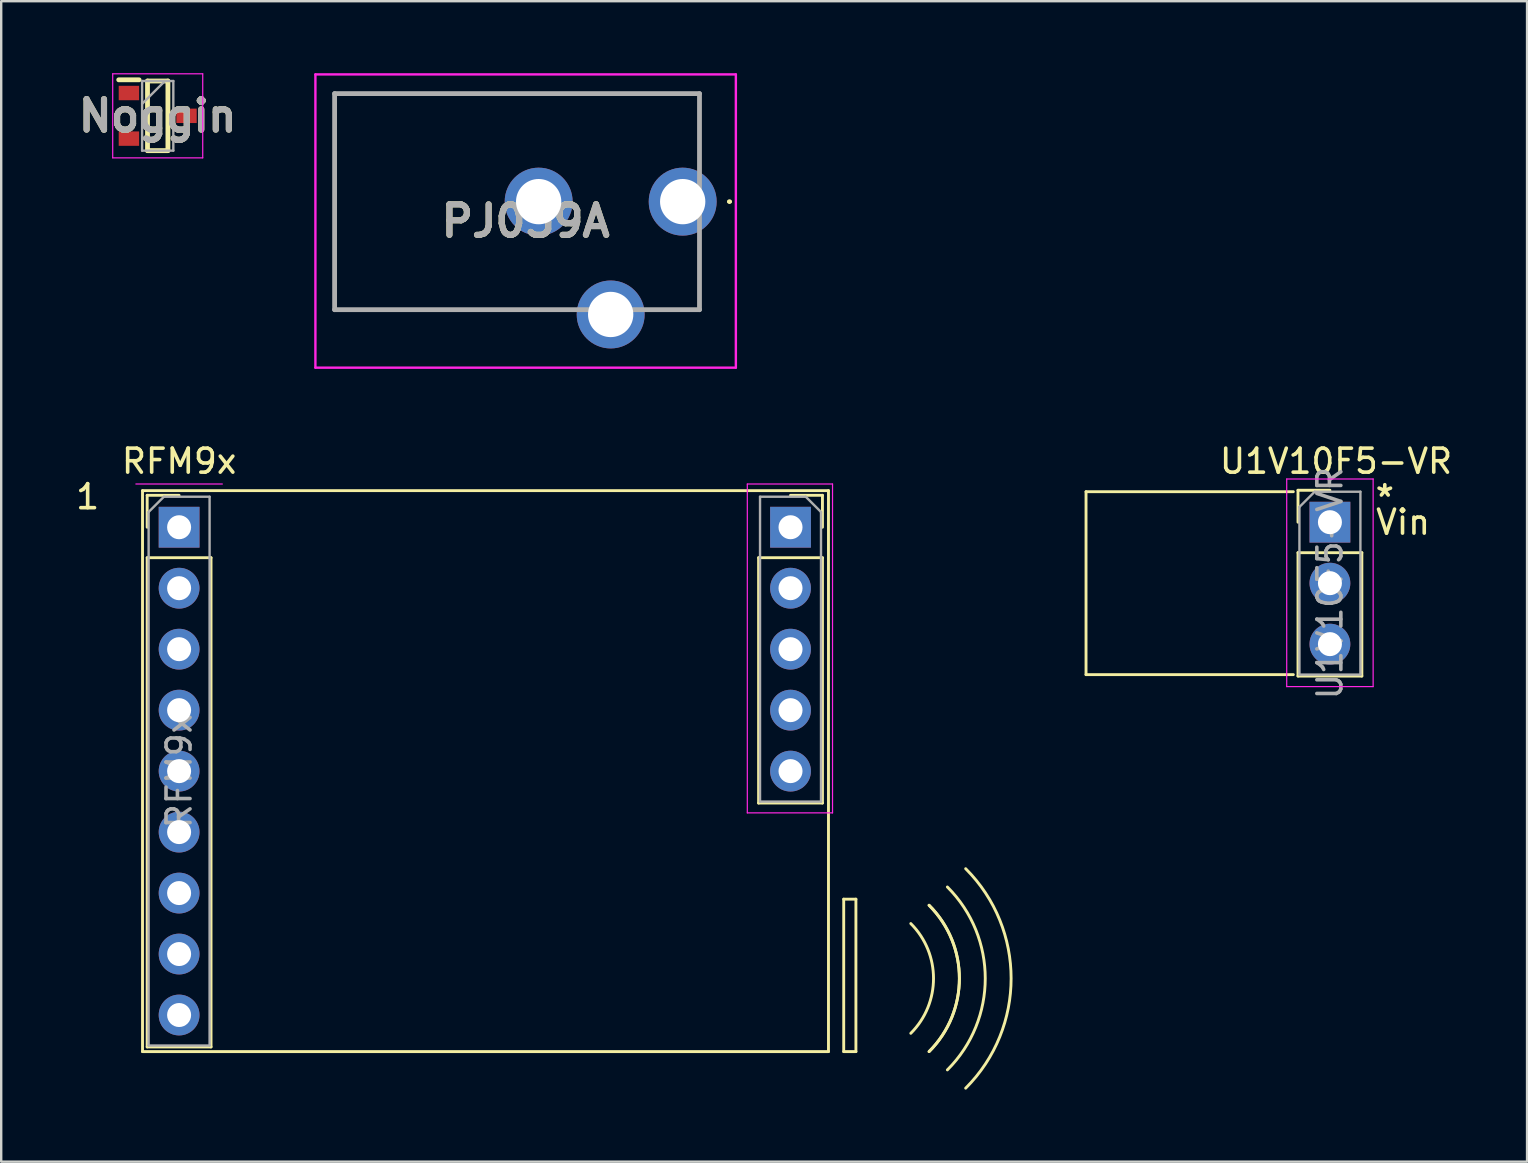
<source format=kicad_pcb>
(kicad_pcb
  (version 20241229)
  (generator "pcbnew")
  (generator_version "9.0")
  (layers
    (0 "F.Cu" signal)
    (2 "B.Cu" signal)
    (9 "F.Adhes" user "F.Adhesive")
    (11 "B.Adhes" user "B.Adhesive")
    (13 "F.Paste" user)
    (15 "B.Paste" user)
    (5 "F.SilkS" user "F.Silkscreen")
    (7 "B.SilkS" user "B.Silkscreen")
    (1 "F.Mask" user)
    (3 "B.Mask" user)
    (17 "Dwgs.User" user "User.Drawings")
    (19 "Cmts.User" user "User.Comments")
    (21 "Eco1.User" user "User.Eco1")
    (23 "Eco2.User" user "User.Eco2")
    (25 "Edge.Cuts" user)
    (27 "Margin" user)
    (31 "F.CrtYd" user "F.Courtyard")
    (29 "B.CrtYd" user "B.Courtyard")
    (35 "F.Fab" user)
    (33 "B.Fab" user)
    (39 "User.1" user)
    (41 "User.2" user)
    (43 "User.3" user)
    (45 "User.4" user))
  (footprint "RFM9x"
    (layer "F.Cu")
    (at 4.411 18.913)
    (property "Reference" "RFM9x" (at 0 -2.75 0) (layer "F.SilkS") (effects (font (size 1 1) (thickness 0.15))))
    (attr through_hole)
    (fp_line (start -1.524 -1.524) (end -1.524 21.844) (stroke (width 0.12) (type solid)) (layer "F.SilkS"))
    (fp_line (start -1.524 -1.524) (end 27.051 -1.524) (stroke (width 0.12) (type solid)) (layer "F.SilkS"))
    (fp_line (start -1.33 -1.33) (end 0 -1.33) (stroke (width 0.12) (type solid)) (layer "F.SilkS"))
    (fp_line (start -1.33 0) (end -1.33 -1.33) (stroke (width 0.12) (type solid)) (layer "F.SilkS"))
    (fp_line (start -1.33 1.27) (end -1.33 21.65) (stroke (width 0.12) (type solid)) (layer "F.SilkS"))
    (fp_line (start -1.33 1.27) (end 1.33 1.27) (stroke (width 0.12) (type solid)) (layer "F.SilkS"))
    (fp_line (start -1.33 21.65) (end 1.33 21.65) (stroke (width 0.12) (type solid)) (layer "F.SilkS"))
    (fp_line (start 1.33 1.27) (end 1.33 21.65) (stroke (width 0.12) (type solid)) (layer "F.SilkS"))
    (fp_line (start 24.14 1.27) (end 24.14 11.49) (stroke (width 0.12) (type solid)) (layer "F.SilkS"))
    (fp_line (start 24.14 1.27) (end 26.8 1.27) (stroke (width 0.12) (type solid)) (layer "F.SilkS"))
    (fp_line (start 24.14 11.49) (end 26.8 11.49) (stroke (width 0.12) (type solid)) (layer "F.SilkS"))
    (fp_line (start 25.47 -1.33) (end 26.8 -1.33) (stroke (width 0.12) (type solid)) (layer "F.SilkS"))
    (fp_line (start 26.8 -1.33) (end 26.8 0) (stroke (width 0.12) (type solid)) (layer "F.SilkS"))
    (fp_line (start 26.8 1.27) (end 26.8 11.49) (stroke (width 0.12) (type solid)) (layer "F.SilkS"))
    (fp_line (start 27.051 -1.524) (end 27.051 21.844) (stroke (width 0.12) (type solid)) (layer "F.SilkS"))
    (fp_line (start 27.051 21.844) (end -1.524 21.844) (stroke (width 0.12) (type solid)) (layer "F.SilkS"))
    (fp_line (start 27.686 21.844) (end 27.686 15.494) (stroke (width 0.12) (type solid)) (layer "F.SilkS"))
    (fp_line (start 27.686 21.844) (end 28.194 21.844) (stroke (width 0.12) (type solid)) (layer "F.SilkS"))
    (fp_line (start 28.194 15.494) (end 27.686 15.494) (stroke (width 0.12) (type solid)) (layer "F.SilkS"))
    (fp_line (start 28.194 21.844) (end 28.194 15.494) (stroke (width 0.12) (type solid)) (layer "F.SilkS"))
    (fp_arc (start 30.479999 16.510001) (mid 31.426891 18.796) (end 30.479999 21.081999) (stroke (width 0.12) (type solid)) (layer "F.SilkS"))
    (fp_arc (start 31.241999 15.748001) (mid 32.504522 18.796) (end 31.241999 21.843999) (stroke (width 0.12) (type solid)) (layer "F.SilkS"))
    (fp_arc (start 31.241999 15.748001) (mid 32.504522 18.796) (end 31.241999 21.843999) (stroke (width 0.12) (type solid)) (layer "F.SilkS"))
    (fp_arc (start 32.003999 14.986001) (mid 33.582152 18.796) (end 32.003999 22.605999) (stroke (width 0.12) (type solid)) (layer "F.SilkS"))
    (fp_arc (start 32.765999 14.224001) (mid 34.659783 18.796) (end 32.765999 23.367999) (stroke (width 0.12) (type solid)) (layer "F.SilkS"))
    (fp_line (start 1.8 -1.8) (end -1.8 -1.8) (stroke (width 0.05) (type solid)) (layer "F.CrtYd"))
    (fp_line (start 23.67 -1.8) (end 27.22 -1.8) (stroke (width 0.05) (type solid)) (layer "F.CrtYd"))
    (fp_line (start 23.67 11.9) (end 23.67 -1.8) (stroke (width 0.05) (type solid)) (layer "F.CrtYd"))
    (fp_line (start 27.22 -1.8) (end 27.22 11.9) (stroke (width 0.05) (type solid)) (layer "F.CrtYd"))
    (fp_line (start 27.22 11.9) (end 23.67 11.9) (stroke (width 0.05) (type solid)) (layer "F.CrtYd"))
    (fp_line (start -1.27 -0.635) (end -0.635 -1.27) (stroke (width 0.1) (type solid)) (layer "F.Fab"))
    (fp_line (start -1.27 21.59) (end -1.27 -0.635) (stroke (width 0.1) (type solid)) (layer "F.Fab"))
    (fp_line (start -0.635 -1.27) (end 1.27 -1.27) (stroke (width 0.1) (type solid)) (layer "F.Fab"))
    (fp_line (start 1.27 -1.27) (end 1.27 21.59) (stroke (width 0.1) (type solid)) (layer "F.Fab"))
    (fp_line (start 1.27 21.59) (end -1.27 21.59) (stroke (width 0.1) (type solid)) (layer "F.Fab"))
    (fp_line (start 24.2 -1.27) (end 26.105 -1.27) (stroke (width 0.1) (type solid)) (layer "F.Fab"))
    (fp_line (start 24.2 11.43) (end 24.2 -1.27) (stroke (width 0.1) (type solid)) (layer "F.Fab"))
    (fp_line (start 26.105 -1.27) (end 26.74 -0.635) (stroke (width 0.1) (type solid)) (layer "F.Fab"))
    (fp_line (start 26.74 -0.635) (end 26.74 11.43) (stroke (width 0.1) (type solid)) (layer "F.Fab"))
    (fp_line (start 26.74 11.43) (end 24.2 11.43) (stroke (width 0.1) (type solid)) (layer "F.Fab"))
    (fp_text user "1" (at -3.81 -1.27 0) (layer "F.SilkS") (effects (font (size 1 1) (thickness 0.15))))
    (fp_text user "${REFERENCE}" (at 0 10.16 90) (layer "F.Fab") (effects (font (size 1 1) (thickness 0.15))))
    (pad "1" thru_hole rect (at 0 0) (size 1.7 1.7) (drill 1) (layers "*.Cu" "*.Mask"))
    (pad "2" thru_hole oval (at 0 2.54) (size 1.7 1.7) (drill 1) (layers "*.Cu" "*.Mask"))
    (pad "3" thru_hole oval (at 0 5.08) (size 1.7 1.7) (drill 1) (layers "*.Cu" "*.Mask"))
    (pad "4" thru_hole oval (at 0 7.62) (size 1.7 1.7) (drill 1) (layers "*.Cu" "*.Mask"))
    (pad "5" thru_hole oval (at 0 10.16) (size 1.7 1.7) (drill 1) (layers "*.Cu" "*.Mask"))
    (pad "6" thru_hole oval (at 0 12.7) (size 1.7 1.7) (drill 1) (layers "*.Cu" "*.Mask"))
    (pad "7" thru_hole oval (at 0 15.24) (size 1.7 1.7) (drill 1) (layers "*.Cu" "*.Mask"))
    (pad "8" thru_hole oval (at 0 17.78) (size 1.7 1.7) (drill 1) (layers "*.Cu" "*.Mask"))
    (pad "9" thru_hole oval (at 0 20.32) (size 1.7 1.7) (drill 1) (layers "*.Cu" "*.Mask"))
    (pad "10" thru_hole oval (at 25.47 10.16) (size 1.7 1.7) (drill 1) (layers "*.Cu" "*.Mask"))
    (pad "11" thru_hole oval (at 25.47 7.62) (size 1.7 1.7) (drill 1) (layers "*.Cu" "*.Mask"))
    (pad "12" thru_hole oval (at 25.47 5.08) (size 1.7 1.7) (drill 1) (layers "*.Cu" "*.Mask"))
    (pad "13" thru_hole oval (at 25.47 2.54) (size 1.7 1.7) (drill 1) (layers "*.Cu" "*.Mask"))
    (pad "14" thru_hole rect (at 25.47 0) (size 1.7 1.7) (drill 1) (layers "*.Cu" "*.Mask")))
  (footprint "Noggin"
    (layer "F.Cu")
    (at 3.52 1.775)
    (property "Reference" "Noggin" (at 0 0 0) (layer "F.SilkS") (effects (font (size 1.27 1.27) (thickness 0.254))))
    (attr smd)
    (fp_line (start -1.625 -1.5) (end -0.775 -1.5) (stroke (width 0.2) (type solid)) (layer "F.SilkS"))
    (fp_line (start -0.425 -1.45) (end 0.425 -1.45) (stroke (width 0.2) (type solid)) (layer "F.SilkS"))
    (fp_line (start -0.425 1.45) (end -0.425 -1.45) (stroke (width 0.2) (type solid)) (layer "F.SilkS"))
    (fp_line (start 0.425 -1.45) (end 0.425 1.45) (stroke (width 0.2) (type solid)) (layer "F.SilkS"))
    (fp_line (start 0.425 1.45) (end -0.425 1.45) (stroke (width 0.2) (type solid)) (layer "F.SilkS"))
    (fp_line (start -1.875 -1.75) (end 1.875 -1.75) (stroke (width 0.05) (type solid)) (layer "F.CrtYd"))
    (fp_line (start -1.875 1.75) (end -1.875 -1.75) (stroke (width 0.05) (type solid)) (layer "F.CrtYd"))
    (fp_line (start 1.875 -1.75) (end 1.875 1.75) (stroke (width 0.05) (type solid)) (layer "F.CrtYd"))
    (fp_line (start 1.875 1.75) (end -1.875 1.75) (stroke (width 0.05) (type solid)) (layer "F.CrtYd"))
    (fp_line (start -0.65 -1.45) (end 0.65 -1.45) (stroke (width 0.1) (type solid)) (layer "F.Fab"))
    (fp_line (start -0.65 -0.5) (end 0.3 -1.45) (stroke (width 0.1) (type solid)) (layer "F.Fab"))
    (fp_line (start -0.65 1.45) (end -0.65 -1.45) (stroke (width 0.1) (type solid)) (layer "F.Fab"))
    (fp_line (start 0.65 -1.45) (end 0.65 1.45) (stroke (width 0.1) (type solid)) (layer "F.Fab"))
    (fp_line (start 0.65 1.45) (end -0.65 1.45) (stroke (width 0.1) (type solid)) (layer "F.Fab"))
    (fp_text user "${REFERENCE}" (at 0 0 0) (layer "F.Fab") (effects (font (size 1.27 1.27) (thickness 0.254))))
    (pad "1" smd rect (at -1.2 -0.95 90) (size 0.6 0.85) (layers "F.Cu" "F.Mask" "F.Paste"))
    (pad "2" smd rect (at -1.2 0.95 90) (size 0.6 0.85) (layers "F.Cu" "F.Mask" "F.Paste"))
    (pad "3" smd rect (at 1.2 0 90) (size 0.6 0.85) (layers "F.Cu" "F.Mask" "F.Paste")))
  (footprint "PJ059A"
    (layer "F.Cu")
    (at 25.389 5.35)
    (property "Reference" "PJ059A" (at -6.542 0.808 0) (layer "F.SilkS") (effects (font (size 1.27 1.27) (thickness 0.254))))
    (attr through_hole)
    (fp_line (start -14.5 -4.5) (end 0.7 -4.5) (stroke (width 0.1) (type solid)) (layer "F.SilkS"))
    (fp_line (start -14.5 4.5) (end -14.5 -4.5) (stroke (width 0.1) (type solid)) (layer "F.SilkS"))
    (fp_line (start -5 4.5) (end -14.5 4.5) (stroke (width 0.1) (type solid)) (layer "F.SilkS"))
    (fp_line (start -1 4.5) (end 0.7 4.5) (stroke (width 0.1) (type solid)) (layer "F.SilkS"))
    (fp_line (start 0.7 -4.5) (end 0.7 -2) (stroke (width 0.1) (type solid)) (layer "F.SilkS"))
    (fp_line (start 0.7 4.5) (end 0.7 2) (stroke (width 0.1) (type solid)) (layer "F.SilkS"))
    (fp_line (start 1.9 0) (end 1.9 0) (stroke (width 0.1) (type solid)) (layer "F.SilkS"))
    (fp_line (start 2 0) (end 2 0) (stroke (width 0.1) (type solid)) (layer "F.SilkS"))
    (fp_arc (start 1.9 0) (mid 1.95 -0.05) (end 2 0) (stroke (width 0.1) (type solid)) (layer "F.SilkS"))
    (fp_arc (start 2 0) (mid 1.95 0.05) (end 1.9 0) (stroke (width 0.1) (type solid)) (layer "F.SilkS"))
    (fp_line (start -15.3 -5.3) (end 2.215 -5.3) (stroke (width 0.1) (type solid)) (layer "F.CrtYd"))
    (fp_line (start -15.3 6.915) (end -15.3 -5.3) (stroke (width 0.1) (type solid)) (layer "F.CrtYd"))
    (fp_line (start 2.215 -5.3) (end 2.215 6.915) (stroke (width 0.1) (type solid)) (layer "F.CrtYd"))
    (fp_line (start 2.215 6.915) (end -15.3 6.915) (stroke (width 0.1) (type solid)) (layer "F.CrtYd"))
    (fp_line (start -14.5 -4.5) (end 0.7 -4.5) (stroke (width 0.2) (type solid)) (layer "F.Fab"))
    (fp_line (start -14.5 4.5) (end -14.5 -4.5) (stroke (width 0.2) (type solid)) (layer "F.Fab"))
    (fp_line (start 0.7 -4.5) (end 0.7 4.5) (stroke (width 0.2) (type solid)) (layer "F.Fab"))
    (fp_line (start 0.7 4.5) (end -14.5 4.5) (stroke (width 0.2) (type solid)) (layer "F.Fab"))
    (fp_text user "${REFERENCE}" (at -6.542 0.808 0) (layer "F.Fab") (effects (font (size 1.27 1.27) (thickness 0.254))))
    (pad "" np_thru_hole circle (at -10.5 0) (size 0.001 0.001) (drill 2.2) (layers "*.Cu" "*.Mask"))
    (pad "1" thru_hole circle (at 0 0) (size 2.83 2.83) (drill 1.887) (layers "*.Cu" "*.Mask"))
    (pad "2" thru_hole circle (at -6 0) (size 2.83 2.83) (drill 1.887) (layers "*.Cu" "*.Mask"))
    (pad "3" thru_hole circle (at -3 4.7) (size 2.83 2.83) (drill 1.887) (layers "*.Cu" "*.Mask")))
  (footprint "U1V10F5-VR"
    (layer "F.Cu")
    (at 52.351 18.703)
    (property "Reference" "U1V10F5-VR" (at 0.254 -2.54 0) (layer "F.SilkS") (effects (font (size 1 1) (thickness 0.15))))
    (attr through_hole)
    (fp_line (start -10.16 -1.27) (end -10.16 6.35) (stroke (width 0.12) (type solid)) (layer "F.SilkS"))
    (fp_line (start -10.16 6.35) (end -1.524 6.35) (stroke (width 0.12) (type solid)) (layer "F.SilkS"))
    (fp_line (start -1.524 -1.27) (end -10.16 -1.27) (stroke (width 0.12) (type solid)) (layer "F.SilkS"))
    (fp_line (start -1.33 -1.33) (end 0 -1.33) (stroke (width 0.12) (type solid)) (layer "F.SilkS"))
    (fp_line (start -1.33 0) (end -1.33 -1.33) (stroke (width 0.12) (type solid)) (layer "F.SilkS"))
    (fp_line (start -1.33 1.27) (end -1.33 6.41) (stroke (width 0.12) (type solid)) (layer "F.SilkS"))
    (fp_line (start -1.33 1.27) (end 1.33 1.27) (stroke (width 0.12) (type solid)) (layer "F.SilkS"))
    (fp_line (start -1.33 6.41) (end 1.33 6.41) (stroke (width 0.12) (type solid)) (layer "F.SilkS"))
    (fp_line (start 1.33 1.27) (end 1.33 6.41) (stroke (width 0.12) (type solid)) (layer "F.SilkS"))
    (fp_line (start -1.8 -1.8) (end -1.8 6.85) (stroke (width 0.05) (type solid)) (layer "F.CrtYd"))
    (fp_line (start -1.8 6.85) (end 1.8 6.85) (stroke (width 0.05) (type solid)) (layer "F.CrtYd"))
    (fp_line (start 1.8 -1.8) (end -1.8 -1.8) (stroke (width 0.05) (type solid)) (layer "F.CrtYd"))
    (fp_line (start 1.8 6.85) (end 1.8 -1.8) (stroke (width 0.05) (type solid)) (layer "F.CrtYd"))
    (fp_line (start -1.27 -0.635) (end -0.635 -1.27) (stroke (width 0.1) (type solid)) (layer "F.Fab"))
    (fp_line (start -1.27 6.35) (end -1.27 -0.635) (stroke (width 0.1) (type solid)) (layer "F.Fab"))
    (fp_line (start -0.635 -1.27) (end 1.27 -1.27) (stroke (width 0.1) (type solid)) (layer "F.Fab"))
    (fp_line (start 1.27 -1.27) (end 1.27 6.35) (stroke (width 0.1) (type solid)) (layer "F.Fab"))
    (fp_line (start 1.27 6.35) (end -1.27 6.35) (stroke (width 0.1) (type solid)) (layer "F.Fab"))
    (fp_text user "Vin" (at 3.048 0 0) (layer "F.SilkS") (effects (font (size 1 1) (thickness 0.15))))
    (fp_text user "*" (at 2.286 -1.016 0) (layer "F.SilkS") (effects (font (size 1 1) (thickness 0.15))))
    (fp_text user "${REFERENCE}" (at 0 2.54 90) (layer "F.Fab") (effects (font (size 1 1) (thickness 0.15))))
    (pad "1" thru_hole rect (at 0 0) (size 1.7 1.7) (drill 1) (layers "*.Cu" "*.Mask"))
    (pad "2" thru_hole oval (at 0 2.54) (size 1.7 1.7) (drill 1) (layers "*.Cu" "*.Mask"))
    (pad "3" thru_hole oval (at 0 5.08) (size 1.7 1.7) (drill 1) (layers "*.Cu" "*.Mask")))
  (gr_rect
    (start -3 -3)
    (end 60.563 45.341)
    (stroke (width 0.1) (type default))
    (fill no)
    (layer "Edge.Cuts")))
</source>
